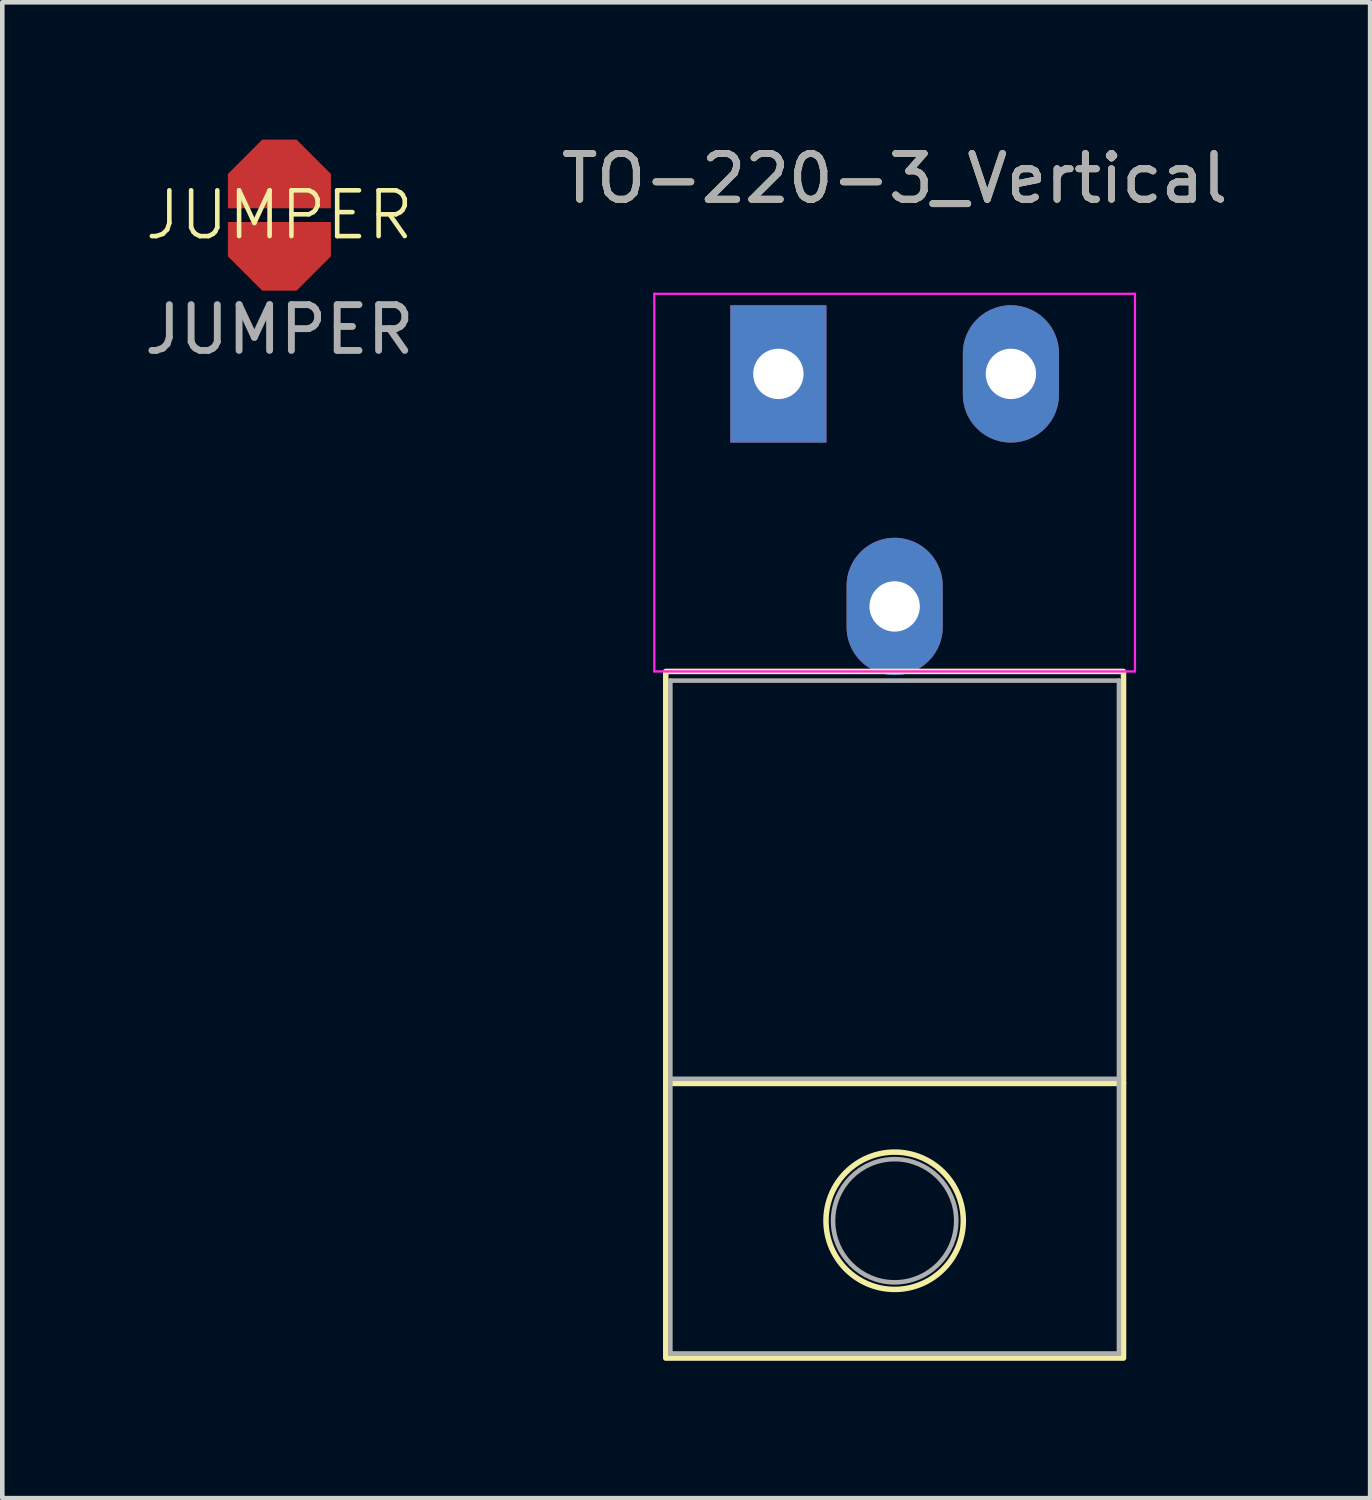
<source format=kicad_pcb>
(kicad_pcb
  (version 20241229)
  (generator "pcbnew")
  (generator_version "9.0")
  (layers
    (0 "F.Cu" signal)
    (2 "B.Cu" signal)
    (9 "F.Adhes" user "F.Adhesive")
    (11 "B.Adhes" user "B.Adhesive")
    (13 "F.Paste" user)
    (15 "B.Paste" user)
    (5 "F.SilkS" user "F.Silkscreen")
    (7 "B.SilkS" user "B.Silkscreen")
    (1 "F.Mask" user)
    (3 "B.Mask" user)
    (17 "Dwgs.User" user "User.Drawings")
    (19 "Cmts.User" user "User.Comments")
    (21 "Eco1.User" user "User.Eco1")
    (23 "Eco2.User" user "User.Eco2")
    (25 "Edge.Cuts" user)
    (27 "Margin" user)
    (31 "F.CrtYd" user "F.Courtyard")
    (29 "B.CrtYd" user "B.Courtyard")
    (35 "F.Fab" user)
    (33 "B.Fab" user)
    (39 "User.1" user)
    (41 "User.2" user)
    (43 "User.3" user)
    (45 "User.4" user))
  (footprint "JUMPER"
    (layer "F.Cu")
    (at 3.054 1.65)
    (property "Reference" "JUMPER" (at 0 0 0) (unlocked yes) (layer "F.SilkS") (effects (font (size 1 1) (thickness 0.1))))
    (attr smd)
    (fp_text user "${REFERENCE}" (at 0 2.5 0) (unlocked yes) (layer "F.Fab") (effects (font (size 1 1) (thickness 0.15))))
    (pad "1" smd roundrect (at 0 -0.9 180) (size 2.25 1.5) (layers "F.Cu" "F.Paste") (roundrect_rratio 0) (chamfer_ratio 0.5) (chamfer bottom_left bottom_right))
    (pad "2" smd roundrect (at 0 0.9) (size 2.25 1.5) (layers "F.Cu" "F.Paste") (roundrect_rratio 0) (chamfer_ratio 0.5) (chamfer bottom_left bottom_right)))
  (footprint "TO-220-3_Vertical"
    (layer "F.Cu")
    (at 16.494 5.118)
    (property "Reference" "TO-220-3_Vertical" (at 0 -4.27 0) (layer "F.SilkS") (effects (font (size 1 1) (thickness 0.15))))
    (attr through_hole)
    (fp_line (start -5 15.5) (end 5 15.5) (stroke (width 0.12) (type default)) (layer "F.SilkS"))
    (fp_rect (start -5 6.5) (end 5 21.5) (stroke (width 0.12) (type default)) (fill no) (layer "F.SilkS"))
    (fp_circle (center 0 18.5) (end 1.5 18.5) (stroke (width 0.12) (type default)) (fill no) (layer "F.SilkS"))
    (fp_line (start -5.25 -1.75) (end -5.25 6.5) (stroke (width 0.05) (type solid)) (layer "F.CrtYd"))
    (fp_line (start -5.25 6.5) (end 5.25 6.5) (stroke (width 0.05) (type solid)) (layer "F.CrtYd"))
    (fp_line (start 5.25 -1.75) (end -5.25 -1.75) (stroke (width 0.05) (type solid)) (layer "F.CrtYd"))
    (fp_line (start 5.25 6.5) (end 5.25 -1.75) (stroke (width 0.05) (type solid)) (layer "F.CrtYd"))
    (fp_line (start -4.9 6.7) (end -4.9 15.4) (stroke (width 0.1) (type default)) (layer "F.Fab"))
    (fp_line (start -4.9 6.7) (end 4.9 6.7) (stroke (width 0.1) (type solid)) (layer "F.Fab"))
    (fp_line (start -4.9 15.4) (end -4.9 21.4) (stroke (width 0.1) (type default)) (layer "F.Fab"))
    (fp_line (start -4.9 15.4) (end 4.9 15.4) (stroke (width 0.1) (type default)) (layer "F.Fab"))
    (fp_line (start -4.9 21.4) (end 4.9 21.4) (stroke (width 0.1) (type default)) (layer "F.Fab"))
    (fp_line (start 4.9 15.4) (end 4.9 6.7) (stroke (width 0.1) (type default)) (layer "F.Fab"))
    (fp_line (start 4.9 21.4) (end 4.9 15.4) (stroke (width 0.1) (type default)) (layer "F.Fab"))
    (fp_circle (center 0 18.5) (end 1 19.4) (stroke (width 0.1) (type default)) (fill no) (layer "F.Fab"))
    (fp_text user "${REFERENCE}" (at 0 -4.27 0) (layer "F.Fab") (effects (font (size 1 1) (thickness 0.15))))
    (pad "1" thru_hole rect (at -2.54 0) (size 2.1 3) (drill 1.1) (layers "*.Cu" "*.Mask"))
    (pad "2" thru_hole oval (at 0 5.08) (size 2.1 3) (drill 1.1) (layers "*.Cu" "*.Mask"))
    (pad "3" thru_hole oval (at 2.54 0) (size 2.1 3) (drill 1.1) (layers "*.Cu" "*.Mask")))
  (gr_rect
    (start -3 -3)
    (end 26.881 29.678)
    (stroke (width 0.1) (type default))
    (fill no)
    (layer "Edge.Cuts")))
</source>
